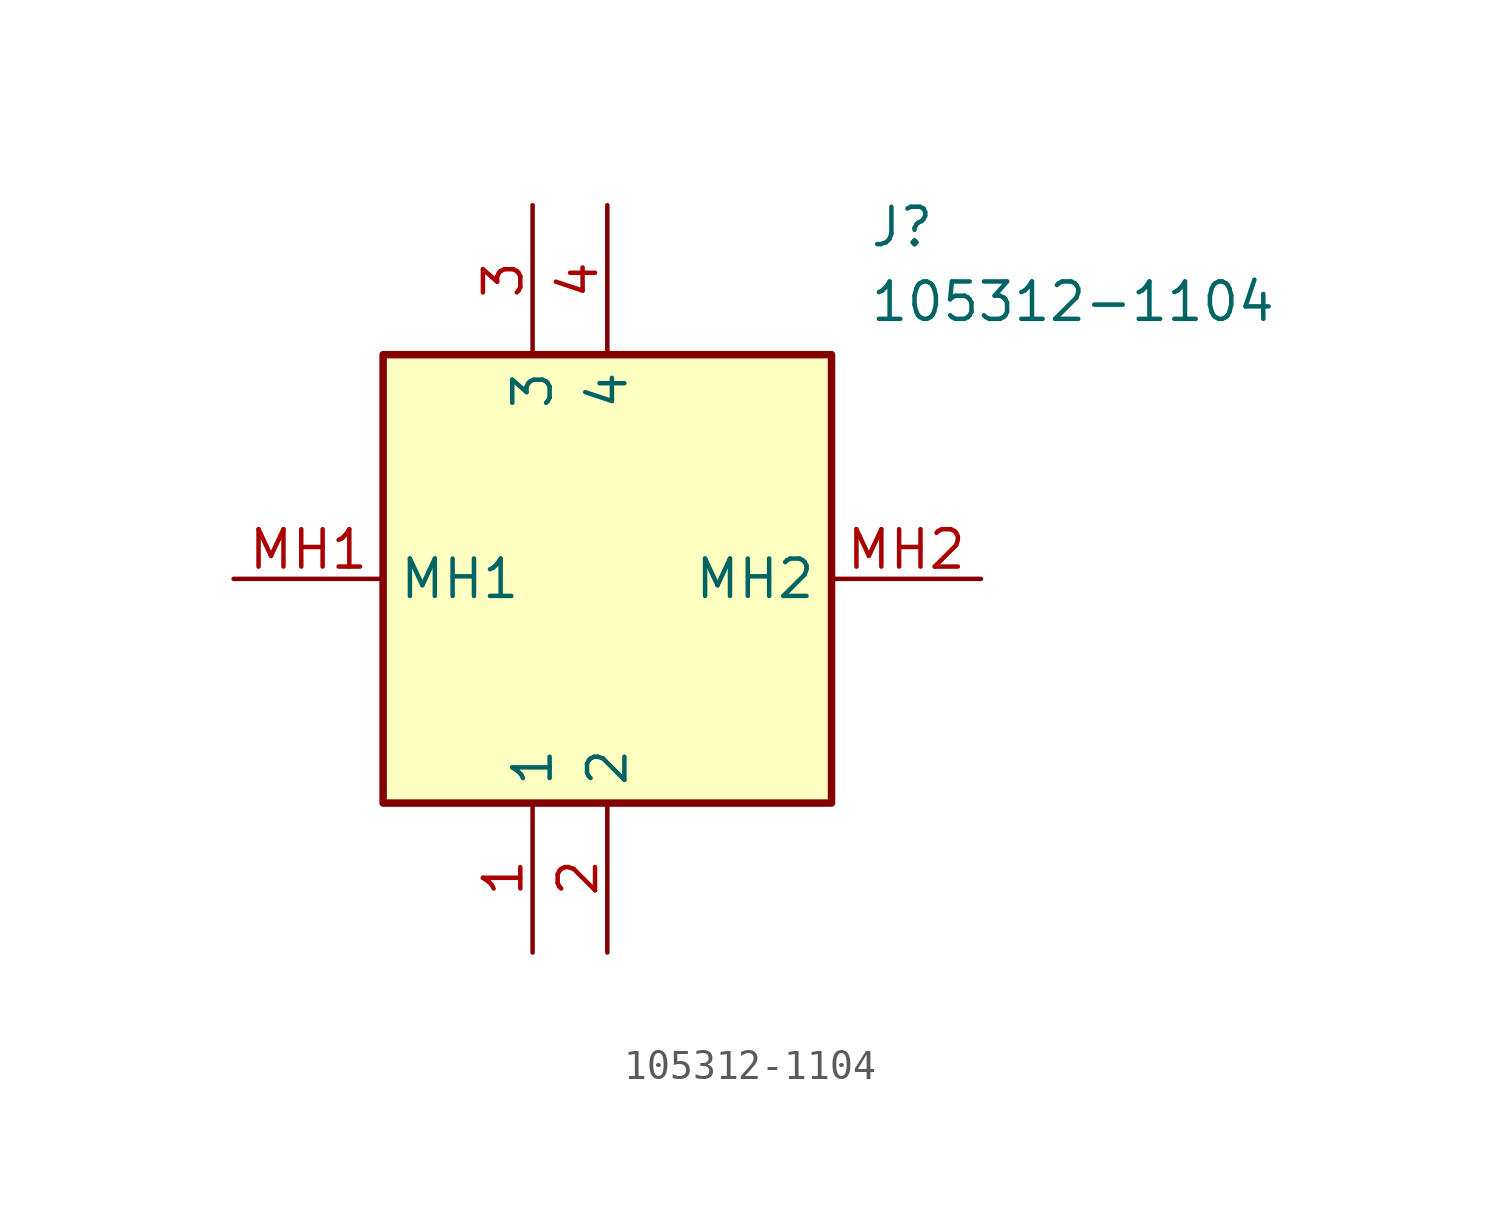
<source format=kicad_sym>
(kicad_symbol_lib
  (version 20211014)
  (generator SamacSys_ECAD_Model)
  (symbol "105312-1104"
    (property "Reference" "J"
      (at 21.59 12.7 0)
      (effects (font (size 1.27 1.27)) (justify left top)))
    (property "Value" "105312-1104"
      (at 21.59 10.16 0)
      (effects (font (size 1.27 1.27)) (justify left top)))
    (rectangle
      (start 5.08 7.62)
      (end 20.32 -7.62)
      (stroke (width 0.254) (type default))
      (fill (type background)))
    (pin passive line
      (at 10.16 -12.7 90)
      (length 5.08)
      (name "1" (effects (font (size 1.27 1.27))))
      (number "1" (effects (font (size 1.27 1.27)))))
    (pin passive line
      (at 12.7 -12.7 90)
      (length 5.08)
      (name "2" (effects (font (size 1.27 1.27))))
      (number "2" (effects (font (size 1.27 1.27)))))
    (pin passive line
      (at 10.16 12.7 270)
      (length 5.08)
      (name "3" (effects (font (size 1.27 1.27))))
      (number "3" (effects (font (size 1.27 1.27)))))
    (pin passive line
      (at 12.7 12.7 270)
      (length 5.08)
      (name "4" (effects (font (size 1.27 1.27))))
      (number "4" (effects (font (size 1.27 1.27)))))
    (pin passive line
      (at 0 0 0)
      (length 5.08)
      (name "MH1" (effects (font (size 1.27 1.27))))
      (number "MH1" (effects (font (size 1.27 1.27)))))
    (pin passive line
      (at 25.4 0 180)
      (length 5.08)
      (name "MH2" (effects (font (size 1.27 1.27))))
      (number "MH2" (effects (font (size 1.27 1.27)))))))
</source>
